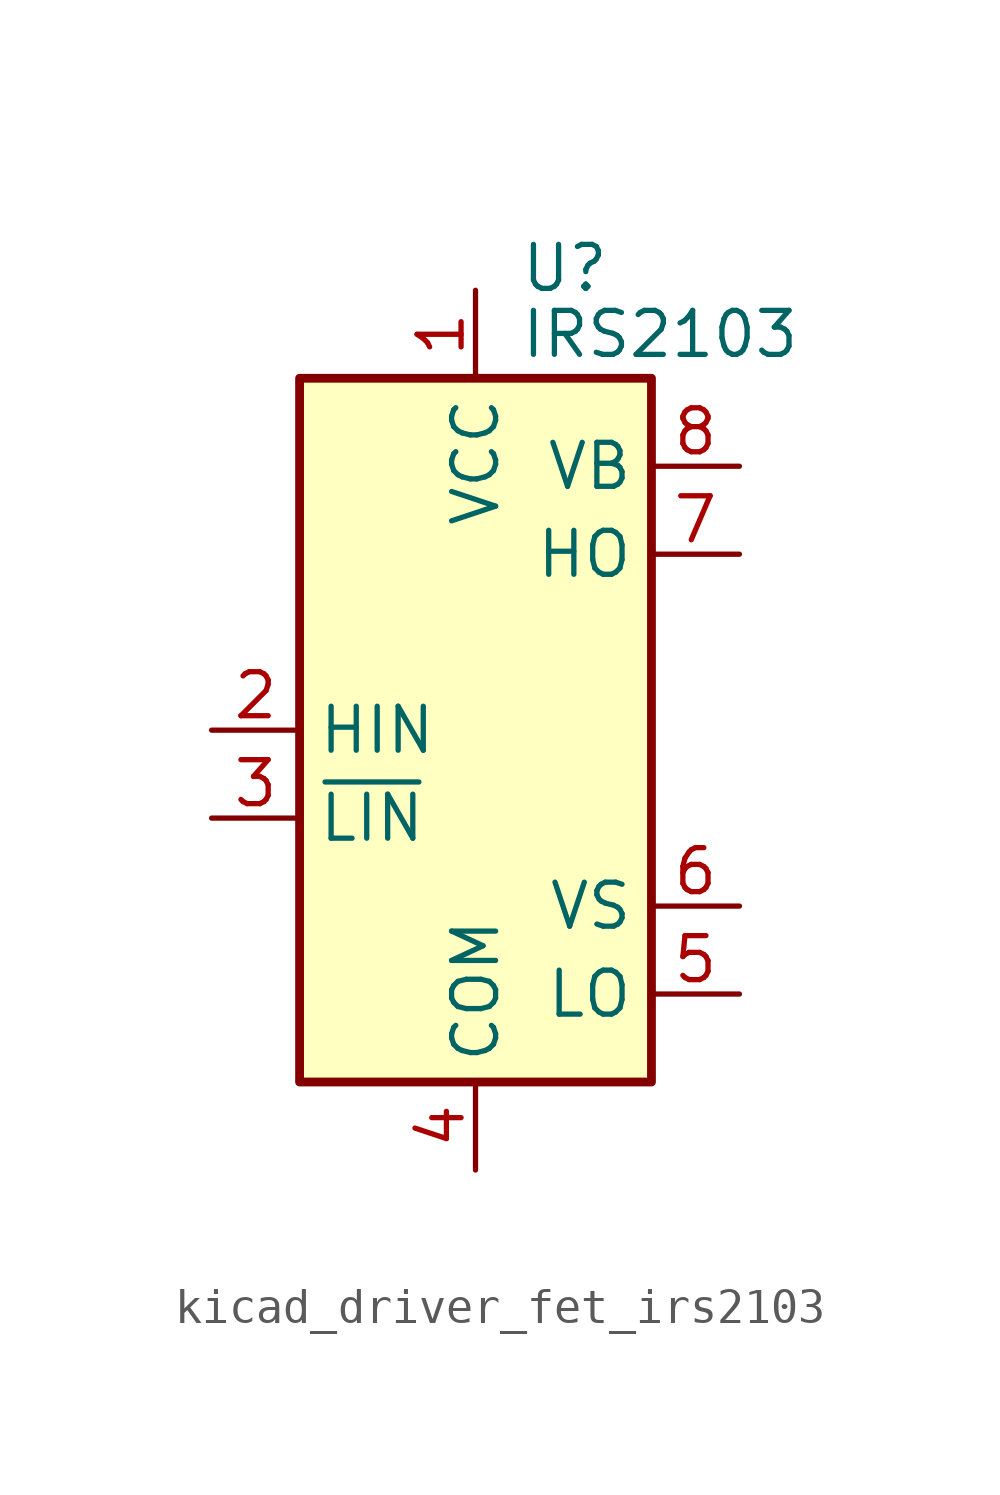
<source format=kicad_sym>
(kicad_symbol_lib
  (version 20220914)
  (generator kicad_symbol_editor)
  (symbol "kicad_driver_fet_irs2103"
    (property "Reference" "U"
      (at 1.27 13.335 0)
      (effects (font (size 1.27 1.27)) (justify left)))
    (property "Value" "IRS2103"
      (at 1.27 11.43 0)
      (effects (font (size 1.27 1.27)) (justify left)))
    (symbol "kicad_driver_fet_irs2103_0_1"
      (rectangle (start -5.08 -10.16) (end 5.08 10.16) (stroke (width 0.254) (type default)) (fill (type background))))
    (symbol "kicad_driver_fet_irs2103_1_1"
      (pin power_in line (at 0 12.7 270) (length 2.54) (name "VCC" (effects (font (size 1.27 1.27)))) (number "1" (effects (font (size 1.27 1.27)))))
      (pin input line (at -7.62 0 0) (length 2.54) (name "HIN" (effects (font (size 1.27 1.27)))) (number "2" (effects (font (size 1.27 1.27)))))
      (pin input line (at -7.62 -2.54 0) (length 2.54) (name "~{LIN}" (effects (font (size 1.27 1.27)))) (number "3" (effects (font (size 1.27 1.27)))))
      (pin power_in line (at 0 -12.7 90) (length 2.54) (name "COM" (effects (font (size 1.27 1.27)))) (number "4" (effects (font (size 1.27 1.27)))))
      (pin output line (at 7.62 -7.62 180) (length 2.54) (name "LO" (effects (font (size 1.27 1.27)))) (number "5" (effects (font (size 1.27 1.27)))))
      (pin passive line (at 7.62 -5.08 180) (length 2.54) (name "VS" (effects (font (size 1.27 1.27)))) (number "6" (effects (font (size 1.27 1.27)))))
      (pin output line (at 7.62 5.08 180) (length 2.54) (name "HO" (effects (font (size 1.27 1.27)))) (number "7" (effects (font (size 1.27 1.27)))))
      (pin passive line (at 7.62 7.62 180) (length 2.54) (name "VB" (effects (font (size 1.27 1.27)))) (number "8" (effects (font (size 1.27 1.27))))))))
</source>
